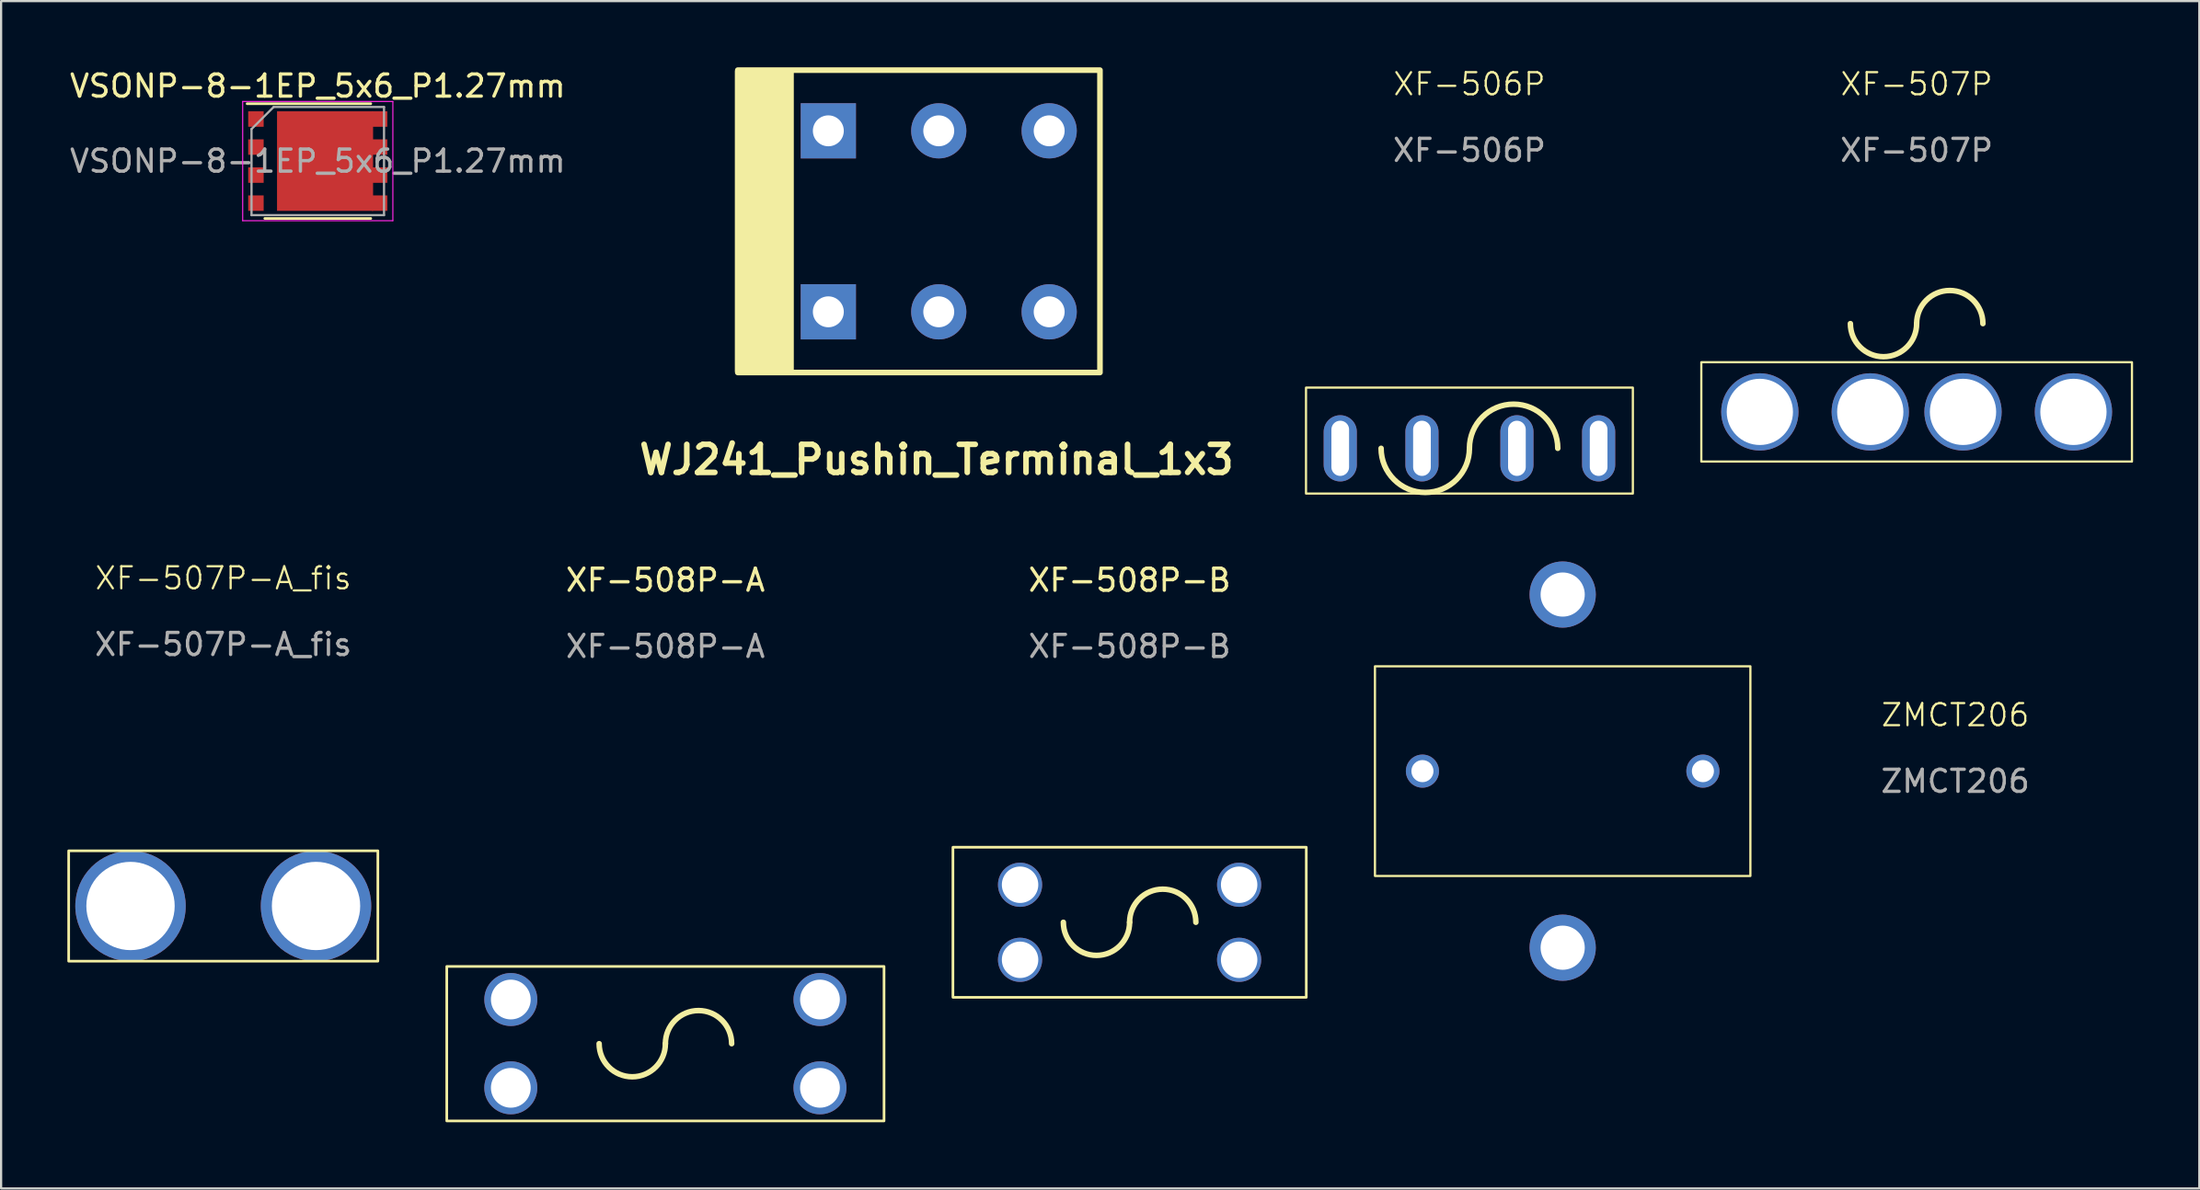
<source format=kicad_pcb>
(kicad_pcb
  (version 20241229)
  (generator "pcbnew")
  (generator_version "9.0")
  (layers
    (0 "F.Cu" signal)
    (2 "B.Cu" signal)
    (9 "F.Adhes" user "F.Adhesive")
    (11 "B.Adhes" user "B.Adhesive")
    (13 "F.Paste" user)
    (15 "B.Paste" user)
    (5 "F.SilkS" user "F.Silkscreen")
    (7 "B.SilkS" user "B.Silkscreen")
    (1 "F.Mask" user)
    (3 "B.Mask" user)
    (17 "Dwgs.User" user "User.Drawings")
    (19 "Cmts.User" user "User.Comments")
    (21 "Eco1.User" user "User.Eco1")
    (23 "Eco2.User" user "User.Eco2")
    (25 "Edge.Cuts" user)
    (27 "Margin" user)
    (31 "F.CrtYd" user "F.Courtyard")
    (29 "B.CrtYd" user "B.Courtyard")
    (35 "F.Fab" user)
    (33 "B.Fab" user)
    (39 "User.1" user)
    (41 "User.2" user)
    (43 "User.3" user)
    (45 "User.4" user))
  (footprint "XF-508P-A"
    (layer "F.Cu")
    (at 27.08 44.234)
    (property "Reference" "XF-508P-A" (at 0 -21 0) (unlocked yes) (layer "F.SilkS") (effects (font (size 1 1) (thickness 0.15))))
    (attr through_hole)
    (fp_rect (start -9.9 3.5) (end 9.9 -3.5) (stroke (width 0.12) (type default)) (fill no) (layer "F.SilkS"))
    (fp_arc (start 0 0) (mid -1.5 1.5) (end -3 0) (stroke (width 0.25) (type default)) (layer "F.SilkS"))
    (fp_arc (start 0 0) (mid 1.5 -1.5) (end 3 0) (stroke (width 0.25) (type default)) (layer "F.SilkS"))
    (fp_text user "${REFERENCE}" (at 0 -18 0) (unlocked yes) (layer "F.Fab") (effects (font (size 1 1) (thickness 0.15))))
    (pad "1" thru_hole circle (at -7 -2) (size 2.4 2.4) (drill 1.8) (layers "*.Cu" "*.Mask"))
    (pad "1" thru_hole circle (at -7 2) (size 2.4 2.4) (drill 1.8) (layers "*.Cu" "*.Mask"))
    (pad "2" thru_hole circle (at 7 -2) (size 2.4 2.4) (drill 1.8) (layers "*.Cu" "*.Mask"))
    (pad "2" thru_hole circle (at 7 2) (size 2.4 2.4) (drill 1.8) (layers "*.Cu" "*.Mask")))
  (footprint "XF-507P"
    (layer "F.Cu")
    (at 83.738 15.611)
    (property "Reference" "XF-507P" (at 0 -14.85 0) (unlocked yes) (layer "F.SilkS") (effects (font (size 1 1) (thickness 0.1))))
    (attr through_hole)
    (fp_rect (start -9.75 2.25) (end 9.75 -2.25) (stroke (width 0.1) (type default)) (fill no) (layer "F.SilkS"))
    (fp_arc (start 0 -4) (mid -1.5 -2.5) (end -3 -4) (stroke (width 0.25) (type default)) (layer "F.SilkS"))
    (fp_arc (start 0 -4) (mid 1.5 -5.5) (end 3 -4) (stroke (width 0.25) (type default)) (layer "F.SilkS"))
    (fp_text user "${REFERENCE}" (at 0 -11.85 0) (unlocked yes) (layer "F.Fab") (effects (font (size 1 1) (thickness 0.15))))
    (pad "1" thru_hole circle (at -7.1 0) (size 3.5 3.5) (drill 3) (layers "*.Cu" "*.Mask"))
    (pad "1" thru_hole circle (at -2.1 0) (size 3.5 3.5) (drill 3) (layers "*.Cu" "*.Mask"))
    (pad "2" thru_hole circle (at 2.1 0) (size 3.5 3.5) (drill 3) (layers "*.Cu" "*.Mask"))
    (pad "2" thru_hole circle (at 7.1 0) (size 3.5 3.5) (drill 3) (layers "*.Cu" "*.Mask")))
  (footprint "ZMCT206"
    (layer "F.Cu")
    (at 67.71 31.886)
    (property "Reference" "ZMCT206" (at 17.78 -2.54 0) (unlocked yes) (layer "F.SilkS") (effects (font (size 1 1) (thickness 0.1))))
    (attr smd)
    (fp_rect (start -8.5 -4.75) (end 8.5 4.75) (stroke (width 0.1) (type default)) (fill no) (layer "F.SilkS"))
    (fp_text user "${REFERENCE}" (at 17.78 0.46 0) (unlocked yes) (layer "F.Fab") (effects (font (size 1 1) (thickness 0.15))))
    (pad "1" thru_hole circle (at 0 -8) (size 3 3) (drill 2) (layers "*.Cu" "*.Mask"))
    (pad "2" thru_hole circle (at 0 8) (size 3 3) (drill 2) (layers "*.Cu" "*.Mask"))
    (pad "3" thru_hole circle (at 6.35 0) (size 1.5 1.5) (drill 1) (layers "*.Cu" "*.Mask"))
    (pad "4" thru_hole circle (at -6.35 0) (size 1.5 1.5) (drill 1) (layers "*.Cu" "*.Mask")))
  (footprint "XF-507P-A_fis"
    (layer "F.Cu")
    (at 7.06 37.996)
    (property "Reference" "XF-507P-A_fis" (at 0 -14.85 0) (unlocked yes) (layer "F.SilkS") (effects (font (size 1 1) (thickness 0.1))))
    (attr through_hole)
    (fp_rect (start -7 2.5) (end 7 -2.5) (stroke (width 0.12) (type default)) (fill no) (layer "F.SilkS"))
    (fp_text user "${REFERENCE}" (at 0 -11.85 0) (unlocked yes) (layer "F.Fab") (effects (font (size 1 1) (thickness 0.15))))
    (pad "1" thru_hole circle (at -4.2 0) (size 5 5) (drill 4) (layers "*.Cu" "*.Mask"))
    (pad "1" thru_hole circle (at 4.2 0) (size 5 5) (drill 4) (layers "*.Cu" "*.Mask")))
  (footprint "VSONP-8-1EP_5x6_P1.27mm"
    (layer "F.Cu")
    (at 11.339 4.248)
    (property "Reference" "VSONP-8-1EP_5x6_P1.27mm" (at 0 -3.4 0) (layer "F.SilkS") (effects (font (size 1 1) (thickness 0.15))))
    (attr smd)
    (fp_line (start 2.4 -2.6) (end -3.2 -2.6) (stroke (width 0.12) (type solid)) (layer "F.SilkS"))
    (fp_line (start 2.4 2.6) (end -2.4 2.6) (stroke (width 0.12) (type solid)) (layer "F.SilkS"))
    (fp_line (start -3.4 -2.7) (end 3.4 -2.7) (stroke (width 0.05) (type solid)) (layer "F.CrtYd"))
    (fp_line (start -3.4 2.7) (end -3.4 -2.7) (stroke (width 0.05) (type solid)) (layer "F.CrtYd"))
    (fp_line (start 3.4 -2.7) (end 3.4 2.7) (stroke (width 0.05) (type solid)) (layer "F.CrtYd"))
    (fp_line (start 3.4 2.7) (end -3.4 2.7) (stroke (width 0.05) (type solid)) (layer "F.CrtYd"))
    (fp_line (start -3 -1.45) (end -3 2.45) (stroke (width 0.1) (type solid)) (layer "F.Fab"))
    (fp_line (start -2 -2.45) (end -3 -1.45) (stroke (width 0.1) (type solid)) (layer "F.Fab"))
    (fp_line (start -2 -2.45) (end 3 -2.45) (stroke (width 0.1) (type solid)) (layer "F.Fab"))
    (fp_line (start 3 -2.45) (end 3 2.45) (stroke (width 0.1) (type solid)) (layer "F.Fab"))
    (fp_line (start 3 2.45) (end -3 2.45) (stroke (width 0.1) (type solid)) (layer "F.Fab"))
    (fp_text user "${REFERENCE}" (at 0 0 0) (layer "F.Fab") (effects (font (size 1 1) (thickness 0.15))))
    (pad "" smd rect (at -0.797 -1.095) (size 1.235 1.57) (layers "F.Paste"))
    (pad "" smd rect (at -0.797 1.095) (size 1.235 1.57) (layers "F.Paste"))
    (pad "" smd rect (at 1.113 -1.095) (size 1.585 1.57) (layers "F.Paste"))
    (pad "" smd rect (at 1.113 1.095) (size 1.585 1.57) (layers "F.Paste"))
    (pad "1" smd rect (at -2.8 -1.905) (size 0.7 0.7) (layers "F.Cu" "F.Mask" "F.Paste"))
    (pad "1" smd rect (at -2.8 -0.635) (size 0.7 0.7) (layers "F.Cu" "F.Mask" "F.Paste"))
    (pad "1" smd rect (at -2.8 0.635) (size 0.7 0.7) (layers "F.Cu" "F.Mask" "F.Paste"))
    (pad "2" smd rect (at -2.8 1.905) (size 0.7 0.7) (layers "F.Cu" "F.Mask" "F.Paste"))
    (pad "3" smd rect (at 0.33 0) (size 4.35 4.51) (layers "F.Cu" "F.Mask"))
    (pad "3" smd rect (at 2.8 -1.905) (size 0.7 0.7) (layers "F.Cu" "F.Mask" "F.Paste"))
    (pad "3" smd rect (at 2.8 -0.635) (size 0.7 0.7) (layers "F.Cu" "F.Mask" "F.Paste"))
    (pad "3" smd rect (at 2.8 0.635) (size 0.7 0.7) (layers "F.Cu" "F.Mask" "F.Paste"))
    (pad "3" smd rect (at 2.8 1.905) (size 0.7 0.7) (layers "F.Cu" "F.Mask" "F.Paste")))
  (footprint "XF-506P"
    (layer "F.Cu")
    (at 63.488 17.261)
    (property "Reference" "XF-506P" (at 0 -16.5 0) (unlocked yes) (layer "F.SilkS") (effects (font (size 1 1) (thickness 0.1))))
    (attr through_hole)
    (fp_rect (start -7.4 2.05) (end 7.4 -2.75) (stroke (width 0.1) (type default)) (fill no) (layer "F.SilkS"))
    (fp_arc (start 0 0) (mid -2 2) (end -4 0) (stroke (width 0.25) (type default)) (layer "F.SilkS"))
    (fp_arc (start 0 0) (mid 2 -2) (end 4 0) (stroke (width 0.25) (type default)) (layer "F.SilkS"))
    (fp_text user "${REFERENCE}" (at 0 -13.5 0) (unlocked yes) (layer "F.Fab") (effects (font (size 1 1) (thickness 0.15))))
    (pad "1" thru_hole oval (at -5.85 0) (size 1.5 3) (drill oval 0.8 2.5) (layers "*.Cu" "*.Mask"))
    (pad "1" thru_hole oval (at -2.15 0) (size 1.5 3) (drill oval 0.8 2.5) (layers "*.Cu" "*.Mask"))
    (pad "2" thru_hole oval (at 2.15 0) (size 1.5 3) (drill oval 0.8 2.5) (layers "*.Cu" "*.Mask"))
    (pad "2" thru_hole oval (at 5.85 0) (size 1.5 3) (drill oval 0.8 2.5) (layers "*.Cu" "*.Mask")))
  (footprint "WJ241_Pushin_Terminal_1x3"
    (layer "F.Cu")
    (at 34.458 11.077)
    (property "Reference" "WJ241_Pushin_Terminal_1x3" (at 4.9 6.7 0) (layer "F.SilkS") (effects (font (size 1.27 1.27) (thickness 0.254))))
    (attr through_hole exclude_from_pos_files)
    (fp_rect (start -4.1 -10.95) (end 12.3 2.75) (stroke (width 0.254) (type default)) (fill no) (layer "F.SilkS"))
    (fp_rect (start -4.1 -10.895) (end -1.69 2.695) (stroke (width 0.254) (type solid)) (fill yes) (layer "F.SilkS"))
    (pad "1" thru_hole rect (at 0 -8.2 90) (size 2.5 2.5) (drill 1.4) (layers "*.Cu" "*.Mask"))
    (pad "1" thru_hole rect (at 0 0 90) (size 2.5 2.5) (drill 1.4) (layers "*.Cu" "*.Mask"))
    (pad "2" thru_hole circle (at 5 -8.2 90) (size 2.5 2.5) (drill 1.4) (layers "*.Cu" "*.Mask"))
    (pad "2" thru_hole circle (at 5 0 90) (size 2.5 2.5) (drill 1.4) (layers "*.Cu" "*.Mask"))
    (pad "3" thru_hole circle (at 10 -8.2 90) (size 2.5 2.5) (drill 1.4) (layers "*.Cu" "*.Mask"))
    (pad "3" thru_hole circle (at 10 0 90) (size 2.5 2.5) (drill 1.4) (layers "*.Cu" "*.Mask")))
  (footprint "XF-508P-B"
    (layer "F.Cu")
    (at 48.1 38.734)
    (property "Reference" "XF-508P-B" (at 0 -15.5 0) (unlocked yes) (layer "F.SilkS") (effects (font (size 1 1) (thickness 0.15))))
    (attr through_hole)
    (fp_rect (start -8 3.4) (end 8 -3.4) (stroke (width 0.12) (type default)) (fill no) (layer "F.SilkS"))
    (fp_arc (start 0 0) (mid -1.5 1.5) (end -3 0) (stroke (width 0.25) (type default)) (layer "F.SilkS"))
    (fp_arc (start 0 0) (mid 1.5 -1.5) (end 3 0) (stroke (width 0.25) (type default)) (layer "F.SilkS"))
    (fp_text user "${REFERENCE}" (at 0 -12.5 0) (unlocked yes) (layer "F.Fab") (effects (font (size 1 1) (thickness 0.15))))
    (pad "1" thru_hole circle (at -4.96 -1.7) (size 2 2) (drill 1.65) (layers "*.Cu" "*.Mask"))
    (pad "1" thru_hole circle (at -4.96 1.7) (size 2 2) (drill 1.65) (layers "*.Cu" "*.Mask"))
    (pad "2" thru_hole circle (at 4.96 -1.7) (size 2 2) (drill 1.65) (layers "*.Cu" "*.Mask"))
    (pad "2" thru_hole circle (at 4.96 1.7) (size 2 2) (drill 1.65) (layers "*.Cu" "*.Mask")))
  (gr_rect
    (start -3 -3)
    (end 96.538 50.794)
    (stroke (width 0.1) (type default))
    (fill no)
    (layer "Edge.Cuts")))
</source>
